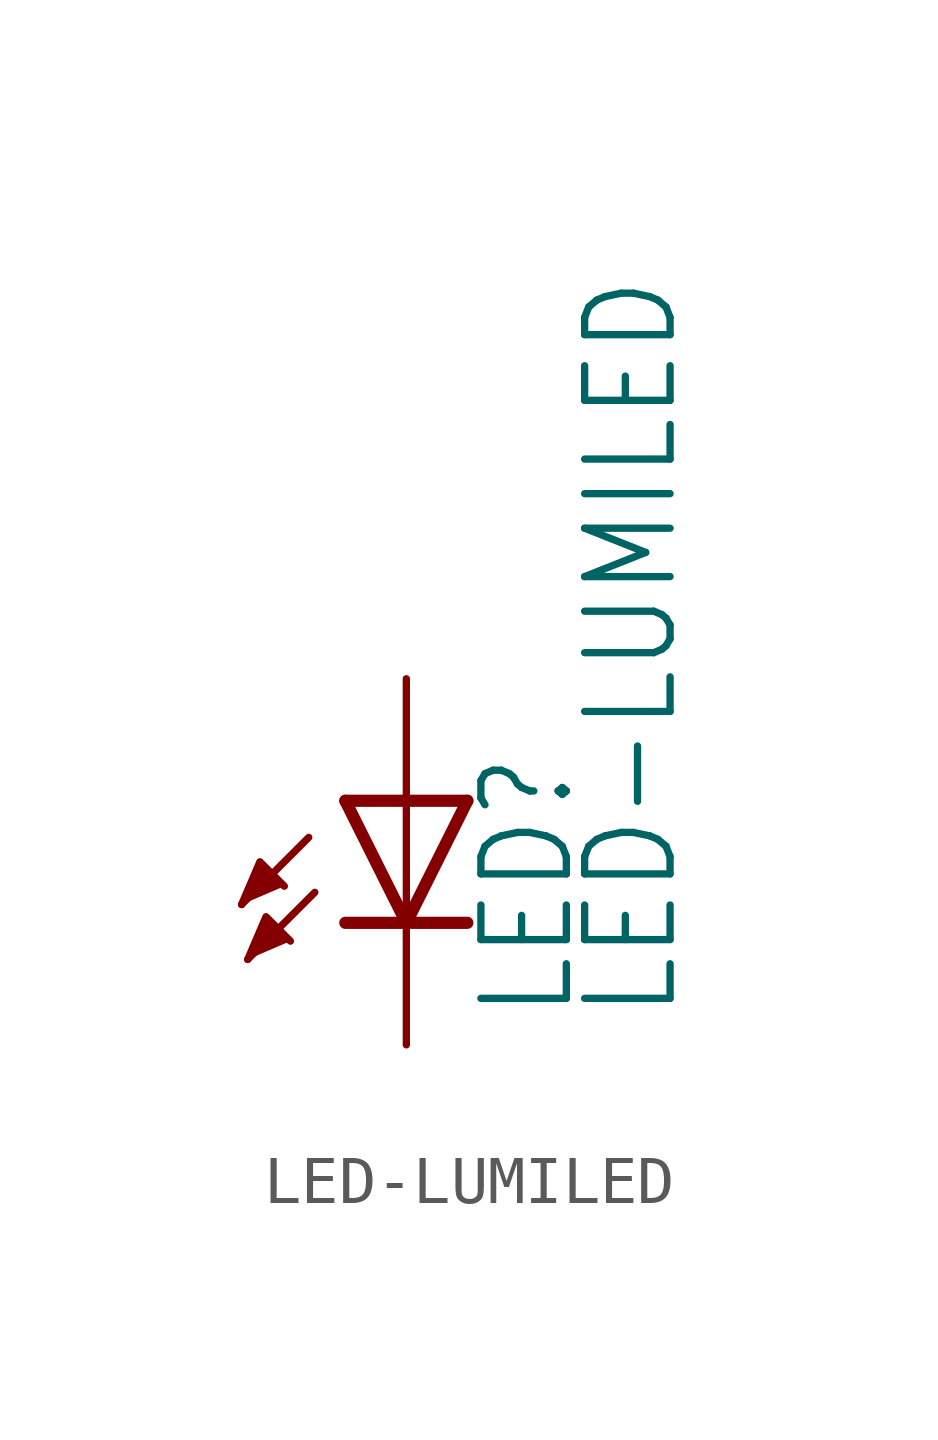
<source format=kicad_sym>
(kicad_symbol_lib
  (version 20201005)
  (generator kicad_symbol_editor)
  (symbol "LED-LUMILED"
    (property "Reference" "LED"
      (at 3.556 -4.572 90)
      (effects (font (size 1.778 1.511)) (justify left bottom)))
    (property "Value" "LED-LUMILED"
      (at 5.715 -4.572 90)
      (effects (font (size 1.778 1.511)) (justify left bottom)))
    (property "ki_locked" ""
      (at 0 0 0)
      (effects (font (size 1.27 1.27))))
    (symbol "LED-LUMILED_1_0"
      (polyline (pts (xy 1.27 0) (xy 0 -2.54)) (stroke (width 0.254)) (fill (type none)))
      (polyline (pts (xy 0 -2.54) (xy -1.27 0)) (stroke (width 0.254)) (fill (type none)))
      (polyline (pts (xy 1.27 -2.54) (xy 0 -2.54)) (stroke (width 0.254)) (fill (type none)))
      (polyline (pts (xy 0 -2.54) (xy -1.27 -2.54)) (stroke (width 0.254)) (fill (type none)))
      (polyline (pts (xy 1.27 0) (xy 0 0)) (stroke (width 0.254)) (fill (type none)))
      (polyline (pts (xy 0 0) (xy -1.27 0)) (stroke (width 0.254)) (fill (type none)))
      (polyline (pts (xy 0 0) (xy 0 -2.54)) (stroke (width 0.152)) (fill (type none)))
      (polyline (pts (xy -2.032 -0.762) (xy -3.429 -2.159)) (stroke (width 0.152)) (fill (type none)))
      (polyline (pts (xy -1.905 -1.905) (xy -3.302 -3.302)) (stroke (width 0.152)) (fill (type none)))
      (polyline (pts (xy -3.429 -2.159) (xy -3.048 -1.27) (xy -2.54 -1.778)) (stroke (width 0)) (fill (type outline)))
      (polyline (pts (xy -3.302 -3.302) (xy -2.921 -2.413) (xy -2.413 -2.921)) (stroke (width 0)) (fill (type outline)))
      (pin passive line (at 0 -5.08 90) (length 2.54) (name "C" (effects (font (size 0 0)))) (number "4-" (effects (font (size 0 0)))))
      (pin passive line (at 0 2.54 270) (length 2.54) (name "A" (effects (font (size 0 0)))) (number "2+" (effects (font (size 0 0))))))))
</source>
